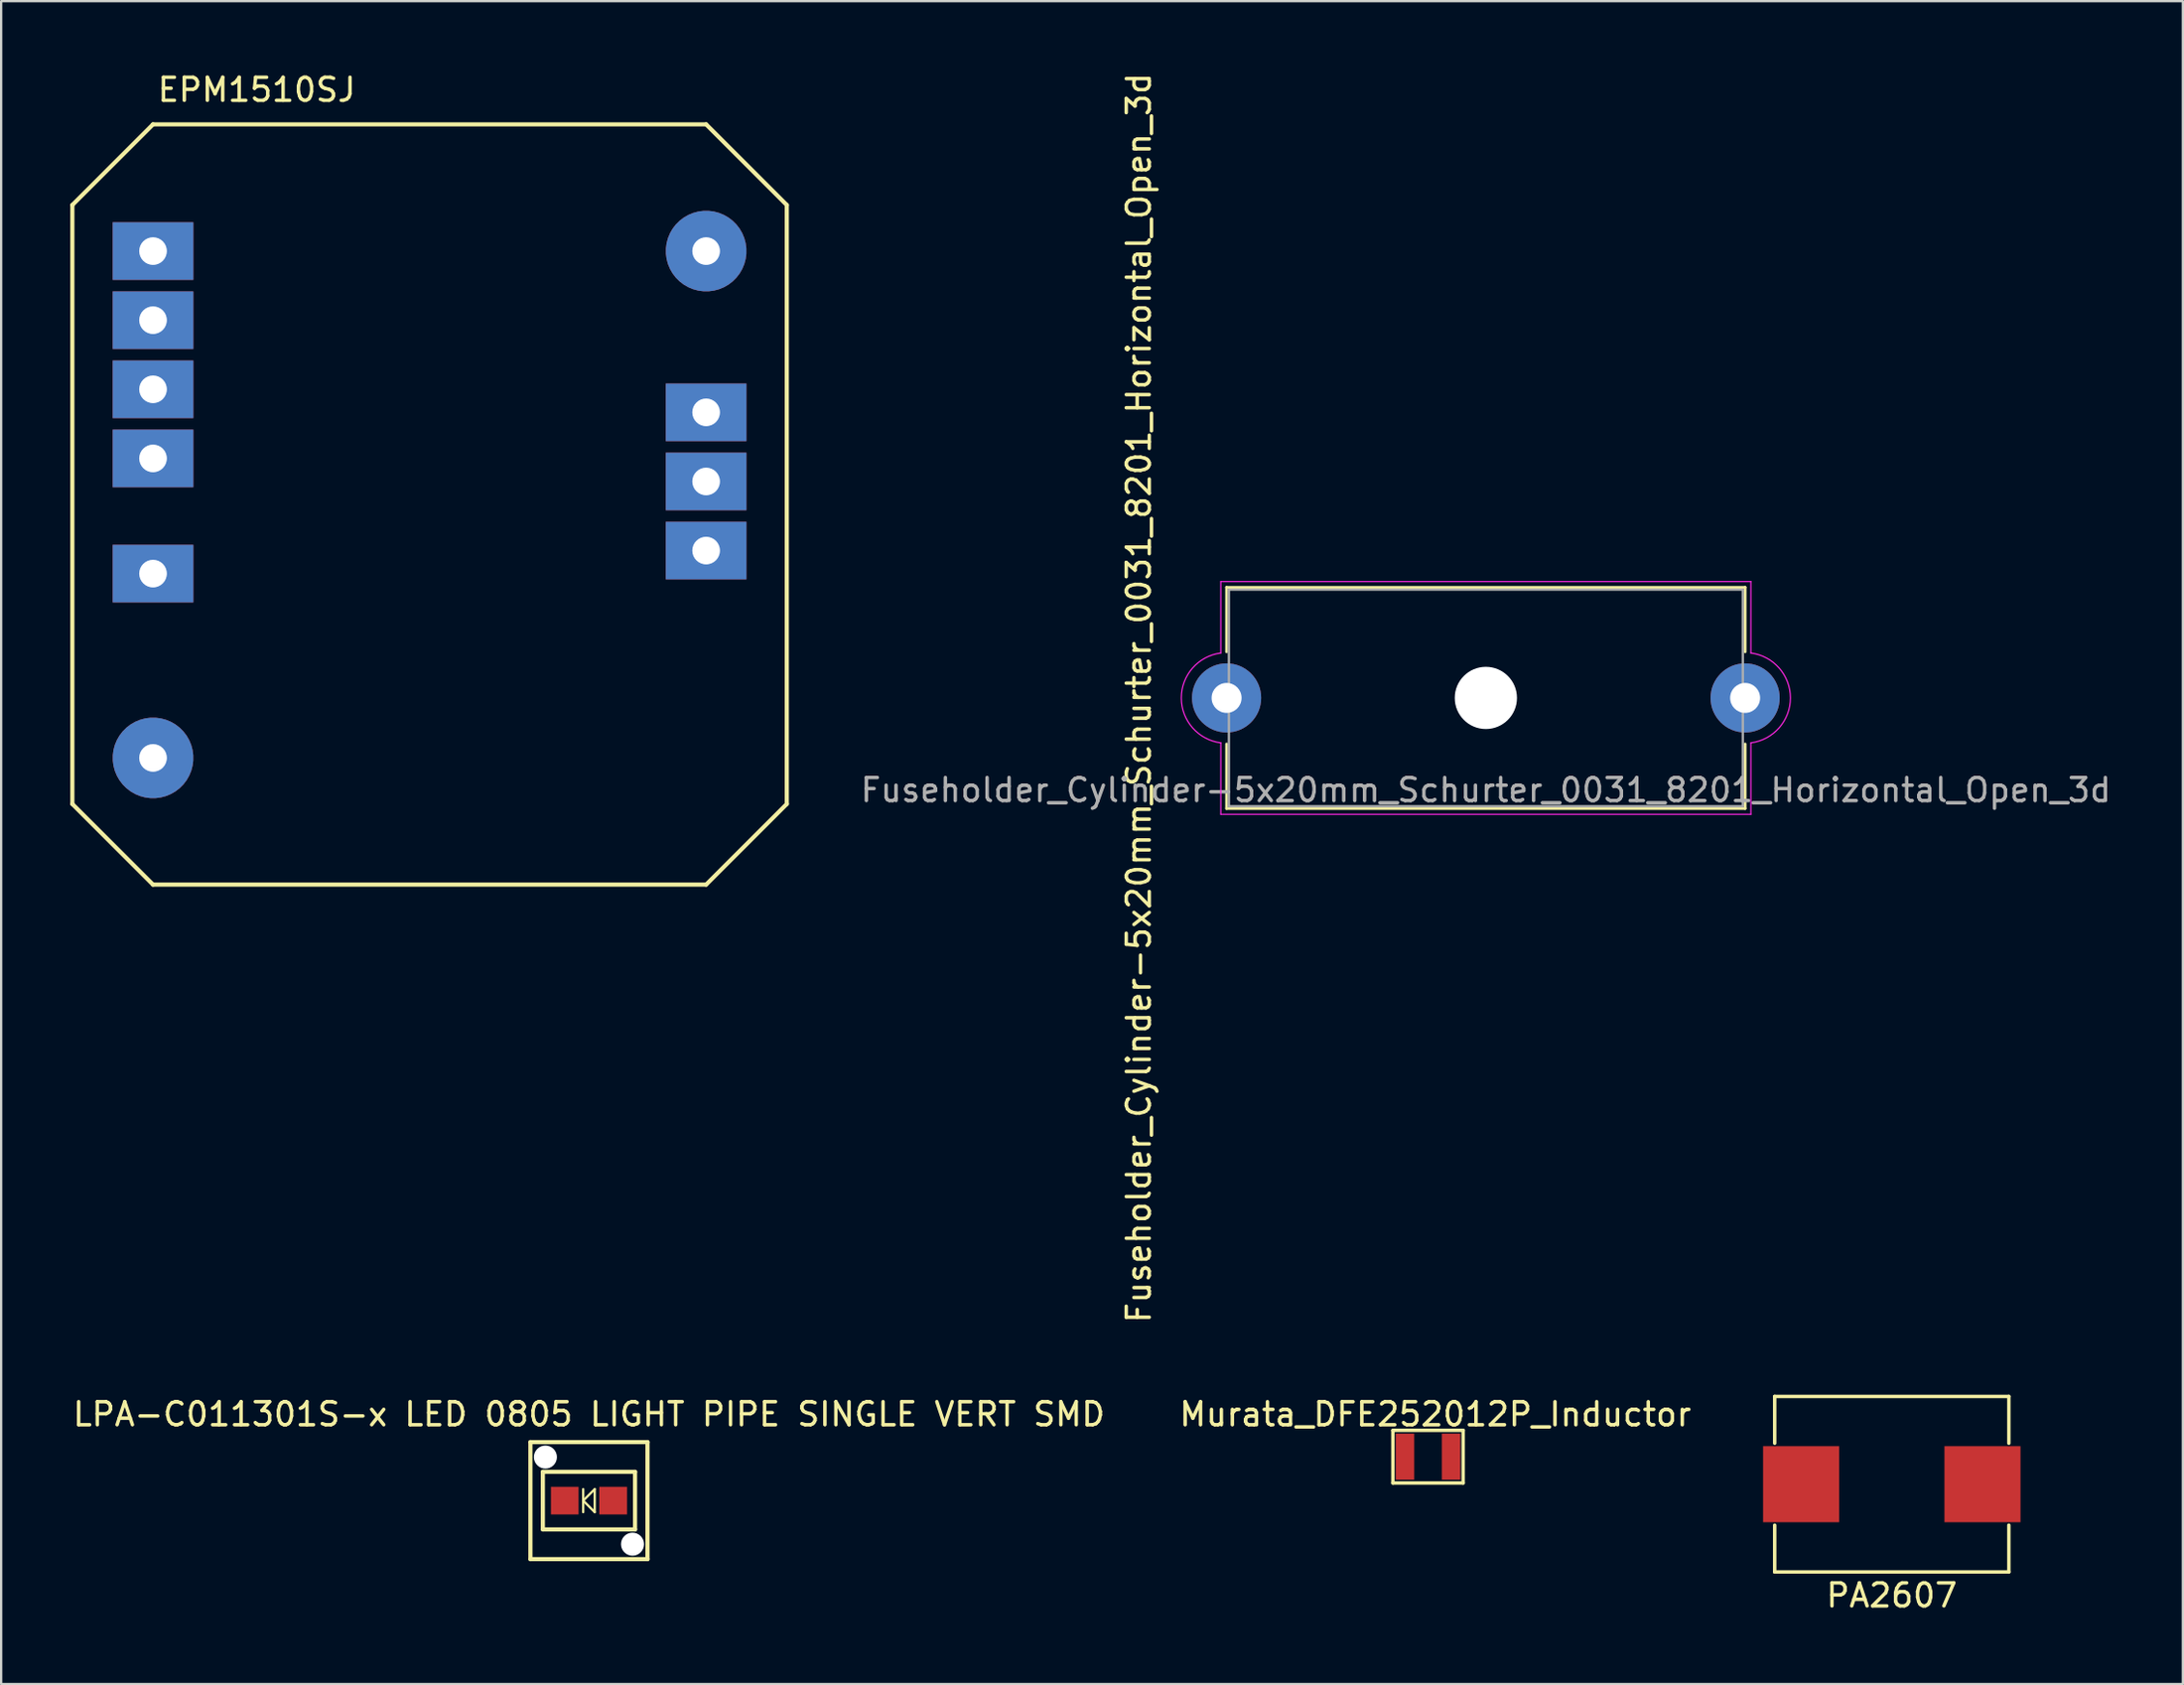
<source format=kicad_pcb>
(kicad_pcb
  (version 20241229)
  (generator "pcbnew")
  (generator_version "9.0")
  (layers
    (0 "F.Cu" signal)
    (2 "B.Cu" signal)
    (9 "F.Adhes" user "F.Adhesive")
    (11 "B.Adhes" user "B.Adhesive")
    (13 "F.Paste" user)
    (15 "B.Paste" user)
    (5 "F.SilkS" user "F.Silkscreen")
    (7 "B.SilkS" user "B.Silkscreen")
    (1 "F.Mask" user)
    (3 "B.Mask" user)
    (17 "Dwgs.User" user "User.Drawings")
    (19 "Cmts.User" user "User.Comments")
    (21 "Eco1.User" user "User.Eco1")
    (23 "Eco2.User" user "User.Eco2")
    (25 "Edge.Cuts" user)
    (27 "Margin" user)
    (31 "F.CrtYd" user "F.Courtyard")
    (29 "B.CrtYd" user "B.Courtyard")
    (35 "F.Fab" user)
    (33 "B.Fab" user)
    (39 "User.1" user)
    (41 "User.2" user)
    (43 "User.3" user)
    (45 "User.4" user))
  (footprint "LPA-C011301S-x LED 0805 LIGHT PIPE SINGLE VERT SMD"
    (layer "F.Cu")
    (at 22.506 62.086)
    (property "Reference" "LPA-C011301S-x LED 0805 LIGHT PIPE SINGLE VERT SMD" (at 0 -3.75 0) (layer "F.SilkS") (effects (font (size 1 1) (thickness 0.15))))
    (attr through_hole)
    (fp_line (start -2.54 -2.54) (end 2.54 -2.54) (stroke (width 0.18) (type solid)) (layer "F.SilkS"))
    (fp_line (start -2.54 2.54) (end -2.54 -2.54) (stroke (width 0.18) (type solid)) (layer "F.SilkS"))
    (fp_line (start -2 -1.25) (end 2 -1.25) (stroke (width 0.18) (type solid)) (layer "F.SilkS"))
    (fp_line (start -2 1.25) (end -2 -1.25) (stroke (width 0.18) (type solid)) (layer "F.SilkS"))
    (fp_line (start -0.25 -0.5) (end -0.25 0.5) (stroke (width 0.1) (type solid)) (layer "F.SilkS"))
    (fp_line (start -0.25 0) (end 0.25 -0.5) (stroke (width 0.1) (type solid)) (layer "F.SilkS"))
    (fp_line (start 0.25 -0.5) (end 0.25 0.5) (stroke (width 0.1) (type solid)) (layer "F.SilkS"))
    (fp_line (start 0.25 0.5) (end -0.25 0) (stroke (width 0.1) (type solid)) (layer "F.SilkS"))
    (fp_line (start 2 -1.25) (end 2 1.25) (stroke (width 0.18) (type solid)) (layer "F.SilkS"))
    (fp_line (start 2 1.25) (end -2 1.25) (stroke (width 0.18) (type solid)) (layer "F.SilkS"))
    (fp_line (start 2.54 -2.54) (end 2.54 2.54) (stroke (width 0.18) (type solid)) (layer "F.SilkS"))
    (fp_line (start 2.54 2.54) (end -2.54 2.54) (stroke (width 0.18) (type solid)) (layer "F.SilkS"))
    (pad "" np_thru_hole circle (at -1.89 -1.89) (size 1 1) (drill 1) (layers "*.Cu" "*.Mask"))
    (pad "" np_thru_hole circle (at 1.89 1.89) (size 1 1) (drill 1) (layers "*.Cu" "*.Mask"))
    (pad "1" smd rect (at -1.05 0) (size 1.2 1.2) (layers "F.Cu" "F.Mask" "F.Paste"))
    (pad "2" smd rect (at 1.05 0) (size 1.2 1.2) (layers "F.Cu" "F.Mask" "F.Paste")))
  (footprint "PA2607"
    (layer "F.Cu")
    (at 79.037 61.373)
    (property "Reference" "PA2607" (at 0 4.826 0) (layer "F.SilkS") (effects (font (size 1 1) (thickness 0.15))))
    (attr through_hole)
    (fp_line (start -5.08 -3.81) (end -5.08 -1.778) (stroke (width 0.15) (type solid)) (layer "F.SilkS"))
    (fp_line (start -5.08 1.778) (end -5.08 3.81) (stroke (width 0.15) (type solid)) (layer "F.SilkS"))
    (fp_line (start -5.08 3.81) (end 5.08 3.81) (stroke (width 0.15) (type solid)) (layer "F.SilkS"))
    (fp_line (start 5.08 -3.81) (end -5.08 -3.81) (stroke (width 0.15) (type solid)) (layer "F.SilkS"))
    (fp_line (start 5.08 -1.778) (end 5.08 -3.81) (stroke (width 0.15) (type solid)) (layer "F.SilkS"))
    (fp_line (start 5.08 3.81) (end 5.08 1.778) (stroke (width 0.15) (type solid)) (layer "F.SilkS"))
    (pad "1" smd rect (at -3.935 0) (size 3.3 3.3) (layers "F.Cu" "F.Mask" "F.Paste"))
    (pad "2" smd rect (at 3.935 0) (size 3.3 3.3) (layers "F.Cu" "F.Mask" "F.Paste")))
  (footprint "Murata_DFE252012P_Inductor"
    (layer "F.Cu")
    (at 58.915 60.178)
    (property "Reference" "Murata_DFE252012P_Inductor" (at 0.318 -1.841 0) (layer "F.SilkS") (effects (font (size 1 1) (thickness 0.15))))
    (attr through_hole)
    (fp_line (start -1.524 -1.143) (end 1.524 -1.143) (stroke (width 0.15) (type solid)) (layer "F.SilkS"))
    (fp_line (start -1.524 1.143) (end -1.524 -1.143) (stroke (width 0.15) (type solid)) (layer "F.SilkS"))
    (fp_line (start 1.524 -1.143) (end 1.524 1.143) (stroke (width 0.15) (type solid)) (layer "F.SilkS"))
    (fp_line (start 1.524 1.143) (end -1.524 1.143) (stroke (width 0.15) (type solid)) (layer "F.SilkS"))
    (pad "1" smd rect (at -1 0) (size 0.8 2) (layers "F.Cu" "F.Mask" "F.Paste"))
    (pad "2" smd rect (at 1 0) (size 0.8 2) (layers "F.Cu" "F.Mask" "F.Paste")))
  (footprint "Fuseholder_Cylinder-5x20mm_Schurter_0031_8201_Horizontal_Open_3d"
    (layer "F.Cu")
    (at 50.174 27.244)
    (property "Reference" "Fuseholder_Cylinder-5x20mm_Schurter_0031_8201_Horizontal_Open_3d" (at -3.81 0 90) (layer "F.SilkS") (effects (font (size 1 1) (thickness 0.15))))
    (attr through_hole)
    (fp_line (start 0 -4.8) (end 22.5 -4.8) (stroke (width 0.12) (type solid)) (layer "F.SilkS"))
    (fp_line (start 0 -2) (end 0 -4.8) (stroke (width 0.12) (type solid)) (layer "F.SilkS"))
    (fp_line (start 0 4.8) (end 0 2) (stroke (width 0.12) (type solid)) (layer "F.SilkS"))
    (fp_line (start 0 4.8) (end 22.5 4.8) (stroke (width 0.12) (type solid)) (layer "F.SilkS"))
    (fp_line (start 22.5 -2) (end 22.5 -4.8) (stroke (width 0.12) (type solid)) (layer "F.SilkS"))
    (fp_line (start 22.5 4.8) (end 22.5 2) (stroke (width 0.12) (type solid)) (layer "F.SilkS"))
    (fp_line (start -0.25 -5.05) (end 22.75 -5.05) (stroke (width 0.05) (type solid)) (layer "F.CrtYd"))
    (fp_line (start -0.25 -1.95) (end -0.25 -5.05) (stroke (width 0.05) (type solid)) (layer "F.CrtYd"))
    (fp_line (start -0.25 5.05) (end -0.25 1.95) (stroke (width 0.05) (type solid)) (layer "F.CrtYd"))
    (fp_line (start 22.75 -1.95) (end 22.75 -5.05) (stroke (width 0.05) (type solid)) (layer "F.CrtYd"))
    (fp_line (start 22.75 1.95) (end 22.75 5.05) (stroke (width 0.05) (type solid)) (layer "F.CrtYd"))
    (fp_line (start 22.75 5.05) (end -0.25 5.05) (stroke (width 0.05) (type solid)) (layer "F.CrtYd"))
    (fp_arc (start -0.25 1.95) (mid -1.96596 0.001518) (end -0.253011 -1.949612) (stroke (width 0.05) (type solid)) (layer "F.CrtYd"))
    (fp_arc (start 22.75 -1.95) (mid 24.46596 -0.001518) (end 22.753011 1.949612) (stroke (width 0.05) (type solid)) (layer "F.CrtYd"))
    (fp_line (start 0.1 -4.7) (end 0.1 4.7) (stroke (width 0.1) (type solid)) (layer "F.Fab"))
    (fp_line (start 0.1 4.7) (end 22.4 4.7) (stroke (width 0.1) (type solid)) (layer "F.Fab"))
    (fp_line (start 22.4 -4.7) (end 0.1 -4.7) (stroke (width 0.1) (type solid)) (layer "F.Fab"))
    (fp_line (start 22.4 4.7) (end 22.4 -4.7) (stroke (width 0.1) (type solid)) (layer "F.Fab"))
    (fp_text user "${REFERENCE}" (at 11.25 4 0) (layer "F.Fab") (effects (font (size 1 1) (thickness 0.15))))
    (pad "" np_thru_hole circle (at 11.25 0) (size 2.7 2.7) (drill 2.7) (layers "*.Cu" "*.Mask"))
    (pad "1" thru_hole circle (at 0 0) (size 3 3) (drill 1.3) (layers "*.Cu" "*.Mask"))
    (pad "2" thru_hole circle (at 22.5 0) (size 3 3) (drill 1.3) (layers "*.Cu" "*.Mask")))
  (footprint "EPM1510SJ"
    (layer "F.Cu")
    (at 3.59 7.848)
    (property "Reference" "EPM1510SJ" (at 4.5 -7 0) (layer "F.SilkS") (effects (font (size 1 1) (thickness 0.15))))
    (attr through_hole)
    (fp_line (start -3.5 -2) (end 0 -5.5) (stroke (width 0.18) (type solid)) (layer "F.SilkS"))
    (fp_line (start -3.5 24) (end -3.5 -2) (stroke (width 0.18) (type solid)) (layer "F.SilkS"))
    (fp_line (start 0 -5.5) (end 24 -5.5) (stroke (width 0.18) (type solid)) (layer "F.SilkS"))
    (fp_line (start 0 27.5) (end -3.5 24) (stroke (width 0.18) (type solid)) (layer "F.SilkS"))
    (fp_line (start 24 -5.5) (end 27.5 -2) (stroke (width 0.18) (type solid)) (layer "F.SilkS"))
    (fp_line (start 24 27.5) (end 0 27.5) (stroke (width 0.18) (type solid)) (layer "F.SilkS"))
    (fp_line (start 27.5 -2) (end 27.5 24) (stroke (width 0.18) (type solid)) (layer "F.SilkS"))
    (fp_line (start 27.5 24) (end 24 27.5) (stroke (width 0.18) (type solid)) (layer "F.SilkS"))
    (pad "4" thru_hole rect (at 24 13) (size 3.5 2.5) (drill 1.2) (layers "*.Cu" "*.Mask"))
    (pad "5" thru_hole rect (at 24 10) (size 3.5 2.5) (drill 1.2) (layers "*.Cu" "*.Mask"))
    (pad "6" thru_hole rect (at 24 7) (size 3.5 2.5) (drill 1.2) (layers "*.Cu" "*.Mask"))
    (pad "7" thru_hole custom (at 24 0) (size 3.5 3.5) (drill 1.2) (layers "*.Cu" "*.Mask") (options (anchor circle)) (primitives))
    (pad "8" thru_hole rect (at 0 0) (size 3.5 2.5) (drill 1.2) (layers "*.Cu" "*.Mask"))
    (pad "9" thru_hole rect (at 0 3) (size 3.5 2.5) (drill 1.2) (layers "*.Cu" "*.Mask"))
    (pad "10" thru_hole rect (at 0 6) (size 3.5 2.5) (drill 1.2) (layers "*.Cu" "*.Mask"))
    (pad "11" thru_hole rect (at 0 9) (size 3.5 2.5) (drill 1.2) (layers "*.Cu" "*.Mask"))
    (pad "12" thru_hole rect (at 0 14) (size 3.5 2.5) (drill 1.2) (layers "*.Cu" "*.Mask"))
    (pad "14" thru_hole custom (at 0 22) (size 3.5 3.5) (drill 1.2) (layers "*.Cu" "*.Mask") (options (anchor circle)) (primitives)))
  (gr_rect
    (start -3 -3)
    (end 91.668 70.047)
    (stroke (width 0.1) (type default))
    (fill no)
    (layer "Edge.Cuts")))
</source>
